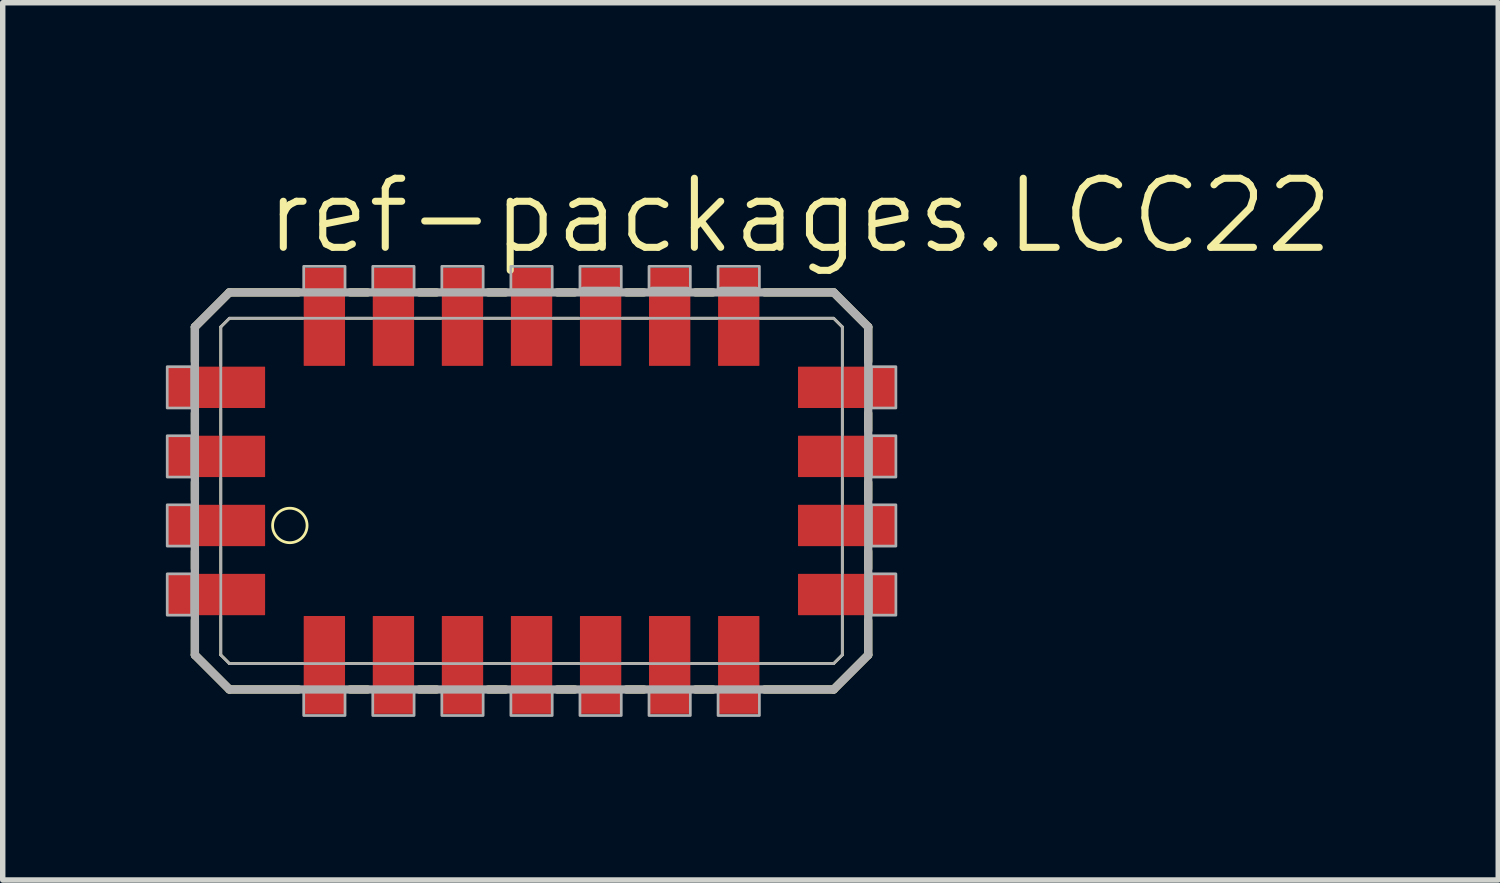
<source format=kicad_pcb>
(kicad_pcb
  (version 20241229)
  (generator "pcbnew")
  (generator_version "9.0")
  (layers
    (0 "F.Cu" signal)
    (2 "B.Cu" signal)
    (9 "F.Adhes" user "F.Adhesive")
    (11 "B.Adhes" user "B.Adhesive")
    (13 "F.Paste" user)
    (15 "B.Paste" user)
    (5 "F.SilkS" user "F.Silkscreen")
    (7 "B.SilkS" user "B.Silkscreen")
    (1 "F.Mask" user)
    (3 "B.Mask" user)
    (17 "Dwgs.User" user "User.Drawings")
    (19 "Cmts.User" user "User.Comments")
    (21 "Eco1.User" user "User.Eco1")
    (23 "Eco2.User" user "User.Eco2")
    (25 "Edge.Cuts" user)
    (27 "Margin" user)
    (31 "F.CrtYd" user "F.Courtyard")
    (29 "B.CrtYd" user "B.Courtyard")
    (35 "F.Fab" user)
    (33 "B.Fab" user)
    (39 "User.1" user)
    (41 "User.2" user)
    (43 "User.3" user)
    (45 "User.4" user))
  (footprint "ref-packages.LCC22"
    (layer "F.Cu")
    (at 6.725 5.978)
    (property "Reference" "ref-packages.LCC22" (at -4.953 -4.318 0) (layer "F.SilkS") (effects (font (size 1.27 1.27) (thickness 0.13)) (justify left bottom)))
    (attr smd)
    (fp_line (start -6.191 -3.016) (end -6.191 -2.381) (stroke (width 0.152) (type default)) (layer "F.SilkS"))
    (fp_line (start -6.191 -1.429) (end -6.191 -1.111) (stroke (width 0.152) (type default)) (layer "F.SilkS"))
    (fp_line (start -6.191 -0.159) (end -6.191 0.159) (stroke (width 0.152) (type default)) (layer "F.SilkS"))
    (fp_line (start -6.191 1.111) (end -6.191 1.429) (stroke (width 0.152) (type default)) (layer "F.SilkS"))
    (fp_line (start -6.191 2.381) (end -6.191 3.016) (stroke (width 0.152) (type default)) (layer "F.SilkS"))
    (fp_line (start -6.191 3.016) (end -5.556 3.651) (stroke (width 0.152) (type default)) (layer "F.SilkS"))
    (fp_line (start -5.715 -3.016) (end -5.556 -3.175) (stroke (width 0.051) (type default)) (layer "F.SilkS"))
    (fp_line (start -5.715 -2.302) (end -5.715 -3.016) (stroke (width 0.051) (type default)) (layer "F.SilkS"))
    (fp_line (start -5.715 -1.032) (end -5.715 -1.508) (stroke (width 0.051) (type default)) (layer "F.SilkS"))
    (fp_line (start -5.715 0.238) (end -5.715 -0.238) (stroke (width 0.051) (type default)) (layer "F.SilkS"))
    (fp_line (start -5.715 1.508) (end -5.715 1.032) (stroke (width 0.051) (type default)) (layer "F.SilkS"))
    (fp_line (start -5.715 3.016) (end -5.715 2.302) (stroke (width 0.051) (type default)) (layer "F.SilkS"))
    (fp_line (start -5.556 -3.651) (end -6.191 -3.016) (stroke (width 0.152) (type default)) (layer "F.SilkS"))
    (fp_line (start -5.556 3.175) (end -5.715 3.016) (stroke (width 0.051) (type default)) (layer "F.SilkS"))
    (fp_line (start -5.556 3.651) (end -4.286 3.651) (stroke (width 0.152) (type default)) (layer "F.SilkS"))
    (fp_line (start -4.286 -3.651) (end -5.556 -3.651) (stroke (width 0.152) (type default)) (layer "F.SilkS"))
    (fp_line (start -4.207 -3.175) (end -5.556 -3.175) (stroke (width 0.051) (type default)) (layer "F.SilkS"))
    (fp_line (start -4.207 3.175) (end -5.556 3.175) (stroke (width 0.051) (type default)) (layer "F.SilkS"))
    (fp_line (start -3.413 -3.175) (end -2.937 -3.175) (stroke (width 0.051) (type default)) (layer "F.SilkS"))
    (fp_line (start -3.334 3.651) (end -3.016 3.651) (stroke (width 0.152) (type default)) (layer "F.SilkS"))
    (fp_line (start -3.016 -3.651) (end -3.334 -3.651) (stroke (width 0.152) (type default)) (layer "F.SilkS"))
    (fp_line (start -2.937 3.175) (end -3.413 3.175) (stroke (width 0.051) (type default)) (layer "F.SilkS"))
    (fp_line (start -2.143 -3.175) (end -1.667 -3.175) (stroke (width 0.051) (type default)) (layer "F.SilkS"))
    (fp_line (start -2.064 3.651) (end -1.746 3.651) (stroke (width 0.152) (type default)) (layer "F.SilkS"))
    (fp_line (start -1.746 -3.651) (end -2.064 -3.651) (stroke (width 0.152) (type default)) (layer "F.SilkS"))
    (fp_line (start -1.667 3.175) (end -2.143 3.175) (stroke (width 0.051) (type default)) (layer "F.SilkS"))
    (fp_line (start -0.873 -3.175) (end -0.397 -3.175) (stroke (width 0.051) (type default)) (layer "F.SilkS"))
    (fp_line (start -0.794 3.651) (end -0.476 3.651) (stroke (width 0.152) (type default)) (layer "F.SilkS"))
    (fp_line (start -0.476 -3.651) (end -0.794 -3.651) (stroke (width 0.152) (type default)) (layer "F.SilkS"))
    (fp_line (start -0.397 3.175) (end -0.873 3.175) (stroke (width 0.051) (type default)) (layer "F.SilkS"))
    (fp_line (start 0.397 -3.175) (end 0.873 -3.175) (stroke (width 0.051) (type default)) (layer "F.SilkS"))
    (fp_line (start 0.476 3.651) (end 0.794 3.651) (stroke (width 0.152) (type default)) (layer "F.SilkS"))
    (fp_line (start 0.794 -3.651) (end 0.476 -3.651) (stroke (width 0.152) (type default)) (layer "F.SilkS"))
    (fp_line (start 0.873 3.175) (end 0.397 3.175) (stroke (width 0.051) (type default)) (layer "F.SilkS"))
    (fp_line (start 1.667 -3.175) (end 2.143 -3.175) (stroke (width 0.051) (type default)) (layer "F.SilkS"))
    (fp_line (start 1.746 3.651) (end 2.064 3.651) (stroke (width 0.152) (type default)) (layer "F.SilkS"))
    (fp_line (start 2.064 -3.651) (end 1.746 -3.651) (stroke (width 0.152) (type default)) (layer "F.SilkS"))
    (fp_line (start 2.143 3.175) (end 1.667 3.175) (stroke (width 0.051) (type default)) (layer "F.SilkS"))
    (fp_line (start 2.937 -3.175) (end 3.413 -3.175) (stroke (width 0.051) (type default)) (layer "F.SilkS"))
    (fp_line (start 3.016 3.651) (end 3.334 3.651) (stroke (width 0.152) (type default)) (layer "F.SilkS"))
    (fp_line (start 3.334 -3.651) (end 3.016 -3.651) (stroke (width 0.152) (type default)) (layer "F.SilkS"))
    (fp_line (start 3.413 3.175) (end 2.937 3.175) (stroke (width 0.051) (type default)) (layer "F.SilkS"))
    (fp_line (start 4.207 -3.175) (end 5.556 -3.175) (stroke (width 0.051) (type default)) (layer "F.SilkS"))
    (fp_line (start 4.286 3.651) (end 5.556 3.651) (stroke (width 0.152) (type default)) (layer "F.SilkS"))
    (fp_line (start 5.556 -3.651) (end 4.286 -3.651) (stroke (width 0.152) (type default)) (layer "F.SilkS"))
    (fp_line (start 5.556 -3.175) (end 5.715 -3.016) (stroke (width 0.051) (type default)) (layer "F.SilkS"))
    (fp_line (start 5.556 3.175) (end 4.207 3.175) (stroke (width 0.051) (type default)) (layer "F.SilkS"))
    (fp_line (start 5.556 3.651) (end 6.191 3.016) (stroke (width 0.152) (type default)) (layer "F.SilkS"))
    (fp_line (start 5.715 -3.016) (end 5.715 -2.302) (stroke (width 0.051) (type default)) (layer "F.SilkS"))
    (fp_line (start 5.715 -1.508) (end 5.715 -1.032) (stroke (width 0.051) (type default)) (layer "F.SilkS"))
    (fp_line (start 5.715 -0.238) (end 5.715 0.238) (stroke (width 0.051) (type default)) (layer "F.SilkS"))
    (fp_line (start 5.715 1.032) (end 5.715 1.508) (stroke (width 0.051) (type default)) (layer "F.SilkS"))
    (fp_line (start 5.715 2.302) (end 5.715 3.016) (stroke (width 0.051) (type default)) (layer "F.SilkS"))
    (fp_line (start 5.715 3.016) (end 5.556 3.175) (stroke (width 0.051) (type default)) (layer "F.SilkS"))
    (fp_line (start 6.191 -3.016) (end 5.556 -3.651) (stroke (width 0.152) (type default)) (layer "F.SilkS"))
    (fp_line (start 6.191 -2.381) (end 6.191 -3.016) (stroke (width 0.152) (type default)) (layer "F.SilkS"))
    (fp_line (start 6.191 -1.111) (end 6.191 -1.429) (stroke (width 0.152) (type default)) (layer "F.SilkS"))
    (fp_line (start 6.191 0.159) (end 6.191 -0.159) (stroke (width 0.152) (type default)) (layer "F.SilkS"))
    (fp_line (start 6.191 1.429) (end 6.191 1.111) (stroke (width 0.152) (type default)) (layer "F.SilkS"))
    (fp_line (start 6.191 3.016) (end 6.191 2.381) (stroke (width 0.152) (type default)) (layer "F.SilkS"))
    (fp_circle (center -4.445 0.635) (end -4.128 0.635) (stroke (width 0.051) (type default)) (fill no) (layer "F.SilkS"))
    (fp_line (start -6.191 -3.016) (end -6.191 3.016) (stroke (width 0.152) (type default)) (layer "F.Fab"))
    (fp_line (start -6.191 3.016) (end -5.556 3.651) (stroke (width 0.152) (type default)) (layer "F.Fab"))
    (fp_line (start -5.715 -3.016) (end -5.556 -3.175) (stroke (width 0.051) (type default)) (layer "F.Fab"))
    (fp_line (start -5.715 3.016) (end -5.715 -3.016) (stroke (width 0.051) (type default)) (layer "F.Fab"))
    (fp_line (start -5.556 -3.651) (end -6.191 -3.016) (stroke (width 0.152) (type default)) (layer "F.Fab"))
    (fp_line (start -5.556 -3.175) (end 5.556 -3.175) (stroke (width 0.051) (type default)) (layer "F.Fab"))
    (fp_line (start -5.556 3.175) (end -5.715 3.016) (stroke (width 0.051) (type default)) (layer "F.Fab"))
    (fp_line (start -5.556 3.651) (end 5.556 3.651) (stroke (width 0.152) (type default)) (layer "F.Fab"))
    (fp_line (start 0.95 -3.68) (end 1.59 -3.68) (stroke (width 0.152) (type default)) (layer "F.Fab"))
    (fp_line (start 2.22 -3.68) (end 2.86 -3.68) (stroke (width 0.152) (type default)) (layer "F.Fab"))
    (fp_line (start 3.49 -3.68) (end 4.13 -3.68) (stroke (width 0.152) (type default)) (layer "F.Fab"))
    (fp_line (start 5.556 -3.651) (end -5.556 -3.651) (stroke (width 0.152) (type default)) (layer "F.Fab"))
    (fp_line (start 5.556 -3.175) (end 5.715 -3.016) (stroke (width 0.051) (type default)) (layer "F.Fab"))
    (fp_line (start 5.556 3.175) (end -5.556 3.175) (stroke (width 0.051) (type default)) (layer "F.Fab"))
    (fp_line (start 5.556 3.651) (end 6.191 3.016) (stroke (width 0.152) (type default)) (layer "F.Fab"))
    (fp_line (start 5.715 -3.016) (end 5.715 3.016) (stroke (width 0.051) (type default)) (layer "F.Fab"))
    (fp_line (start 5.715 3.016) (end 5.556 3.175) (stroke (width 0.051) (type default)) (layer "F.Fab"))
    (fp_line (start 6.191 -3.016) (end 5.556 -3.651) (stroke (width 0.152) (type default)) (layer "F.Fab"))
    (fp_line (start 6.191 3.016) (end 6.191 -3.016) (stroke (width 0.152) (type default)) (layer "F.Fab"))
    (fp_rect (start -6.7 -1.525) (end -6.25 -2.285) (stroke (width 0.05) (type default)) (fill no) (layer "F.Fab"))
    (fp_rect (start -6.7 -0.255) (end -6.25 -1.015) (stroke (width 0.05) (type default)) (fill no) (layer "F.Fab"))
    (fp_rect (start -6.7 1.015) (end -6.25 0.255) (stroke (width 0.05) (type default)) (fill no) (layer "F.Fab"))
    (fp_rect (start -6.7 2.285) (end -6.25 1.525) (stroke (width 0.05) (type default)) (fill no) (layer "F.Fab"))
    (fp_rect (start -4.19 -3.68) (end -3.43 -4.13) (stroke (width 0.05) (type default)) (fill no) (layer "F.Fab"))
    (fp_rect (start -4.19 4.13) (end -3.43 3.68) (stroke (width 0.05) (type default)) (fill no) (layer "F.Fab"))
    (fp_rect (start -2.92 -3.68) (end -2.16 -4.13) (stroke (width 0.05) (type default)) (fill no) (layer "F.Fab"))
    (fp_rect (start -2.92 4.13) (end -2.16 3.68) (stroke (width 0.05) (type default)) (fill no) (layer "F.Fab"))
    (fp_rect (start -1.65 -3.68) (end -0.89 -4.13) (stroke (width 0.05) (type default)) (fill no) (layer "F.Fab"))
    (fp_rect (start -1.65 4.13) (end -0.89 3.68) (stroke (width 0.05) (type default)) (fill no) (layer "F.Fab"))
    (fp_rect (start -0.38 -3.68) (end 0.38 -4.13) (stroke (width 0.05) (type default)) (fill no) (layer "F.Fab"))
    (fp_rect (start -0.38 4.13) (end 0.38 3.68) (stroke (width 0.05) (type default)) (fill no) (layer "F.Fab"))
    (fp_rect (start 0.89 -3.68) (end 1.65 -4.13) (stroke (width 0.05) (type default)) (fill no) (layer "F.Fab"))
    (fp_rect (start 0.89 4.13) (end 1.65 3.68) (stroke (width 0.05) (type default)) (fill no) (layer "F.Fab"))
    (fp_rect (start 2.16 -3.68) (end 2.92 -4.13) (stroke (width 0.05) (type default)) (fill no) (layer "F.Fab"))
    (fp_rect (start 2.16 4.13) (end 2.92 3.68) (stroke (width 0.05) (type default)) (fill no) (layer "F.Fab"))
    (fp_rect (start 3.43 -3.68) (end 4.19 -4.13) (stroke (width 0.05) (type default)) (fill no) (layer "F.Fab"))
    (fp_rect (start 3.43 4.13) (end 4.19 3.68) (stroke (width 0.05) (type default)) (fill no) (layer "F.Fab"))
    (fp_rect (start 6.25 -1.525) (end 6.7 -2.285) (stroke (width 0.05) (type default)) (fill no) (layer "F.Fab"))
    (fp_rect (start 6.25 -0.255) (end 6.7 -1.015) (stroke (width 0.05) (type default)) (fill no) (layer "F.Fab"))
    (fp_rect (start 6.25 1.015) (end 6.7 0.255) (stroke (width 0.05) (type default)) (fill no) (layer "F.Fab"))
    (fp_rect (start 6.25 2.285) (end 6.7 1.525) (stroke (width 0.05) (type default)) (fill no) (layer "F.Fab"))
    (pad "1" smd roundrect (at -5.8 0.635) (size 1.8 0.76) (layers "F.Cu" "F.Mask" "F.Paste") (roundrect_rratio 0.01))
    (pad "2" smd roundrect (at -5.8 1.905) (size 1.8 0.76) (layers "F.Cu" "F.Mask" "F.Paste") (roundrect_rratio 0.01))
    (pad "3" smd roundrect (at -3.81 3.2) (size 0.76 1.8) (layers "F.Cu" "F.Mask" "F.Paste") (roundrect_rratio 0.01))
    (pad "4" smd roundrect (at -2.54 3.2) (size 0.76 1.8) (layers "F.Cu" "F.Mask" "F.Paste") (roundrect_rratio 0.01))
    (pad "5" smd roundrect (at -1.27 3.2) (size 0.76 1.8) (layers "F.Cu" "F.Mask" "F.Paste") (roundrect_rratio 0.01))
    (pad "6" smd roundrect (at 0 3.2) (size 0.76 1.8) (layers "F.Cu" "F.Mask" "F.Paste") (roundrect_rratio 0.01))
    (pad "7" smd roundrect (at 1.27 3.2) (size 0.76 1.8) (layers "F.Cu" "F.Mask" "F.Paste") (roundrect_rratio 0.01))
    (pad "8" smd roundrect (at 2.54 3.2) (size 0.76 1.8) (layers "F.Cu" "F.Mask" "F.Paste") (roundrect_rratio 0.01))
    (pad "9" smd roundrect (at 3.81 3.2) (size 0.76 1.8) (layers "F.Cu" "F.Mask" "F.Paste") (roundrect_rratio 0.01))
    (pad "10" smd roundrect (at 5.8 1.905) (size 1.8 0.76) (layers "F.Cu" "F.Mask" "F.Paste") (roundrect_rratio 0.01))
    (pad "11" smd roundrect (at 5.8 0.635) (size 1.8 0.76) (layers "F.Cu" "F.Mask" "F.Paste") (roundrect_rratio 0.01))
    (pad "12" smd roundrect (at 5.8 -0.635) (size 1.8 0.76) (layers "F.Cu" "F.Mask" "F.Paste") (roundrect_rratio 0.01))
    (pad "13" smd roundrect (at 5.8 -1.905) (size 1.8 0.76) (layers "F.Cu" "F.Mask" "F.Paste") (roundrect_rratio 0.01))
    (pad "14" smd roundrect (at 3.81 -3.2) (size 0.76 1.8) (layers "F.Cu" "F.Mask" "F.Paste") (roundrect_rratio 0.01))
    (pad "15" smd roundrect (at 2.54 -3.2) (size 0.76 1.8) (layers "F.Cu" "F.Mask" "F.Paste") (roundrect_rratio 0.01))
    (pad "16" smd roundrect (at 1.27 -3.2) (size 0.76 1.8) (layers "F.Cu" "F.Mask" "F.Paste") (roundrect_rratio 0.01))
    (pad "17" smd roundrect (at 0 -3.2) (size 0.76 1.8) (layers "F.Cu" "F.Mask" "F.Paste") (roundrect_rratio 0.01))
    (pad "18" smd roundrect (at -1.27 -3.2) (size 0.76 1.8) (layers "F.Cu" "F.Mask" "F.Paste") (roundrect_rratio 0.01))
    (pad "19" smd roundrect (at -2.54 -3.2) (size 0.76 1.8) (layers "F.Cu" "F.Mask" "F.Paste") (roundrect_rratio 0.01))
    (pad "20" smd roundrect (at -3.81 -3.2) (size 0.76 1.8) (layers "F.Cu" "F.Mask" "F.Paste") (roundrect_rratio 0.01))
    (pad "21" smd roundrect (at -5.8 -1.905) (size 1.8 0.76) (layers "F.Cu" "F.Mask" "F.Paste") (roundrect_rratio 0.01))
    (pad "22" smd roundrect (at -5.8 -0.635) (size 1.8 0.76) (layers "F.Cu" "F.Mask" "F.Paste") (roundrect_rratio 0.01)))
  (gr_rect
    (start -3 -3)
    (end 24.502 13.133)
    (stroke (width 0.1) (type default))
    (fill no)
    (layer "Edge.Cuts")))
</source>
